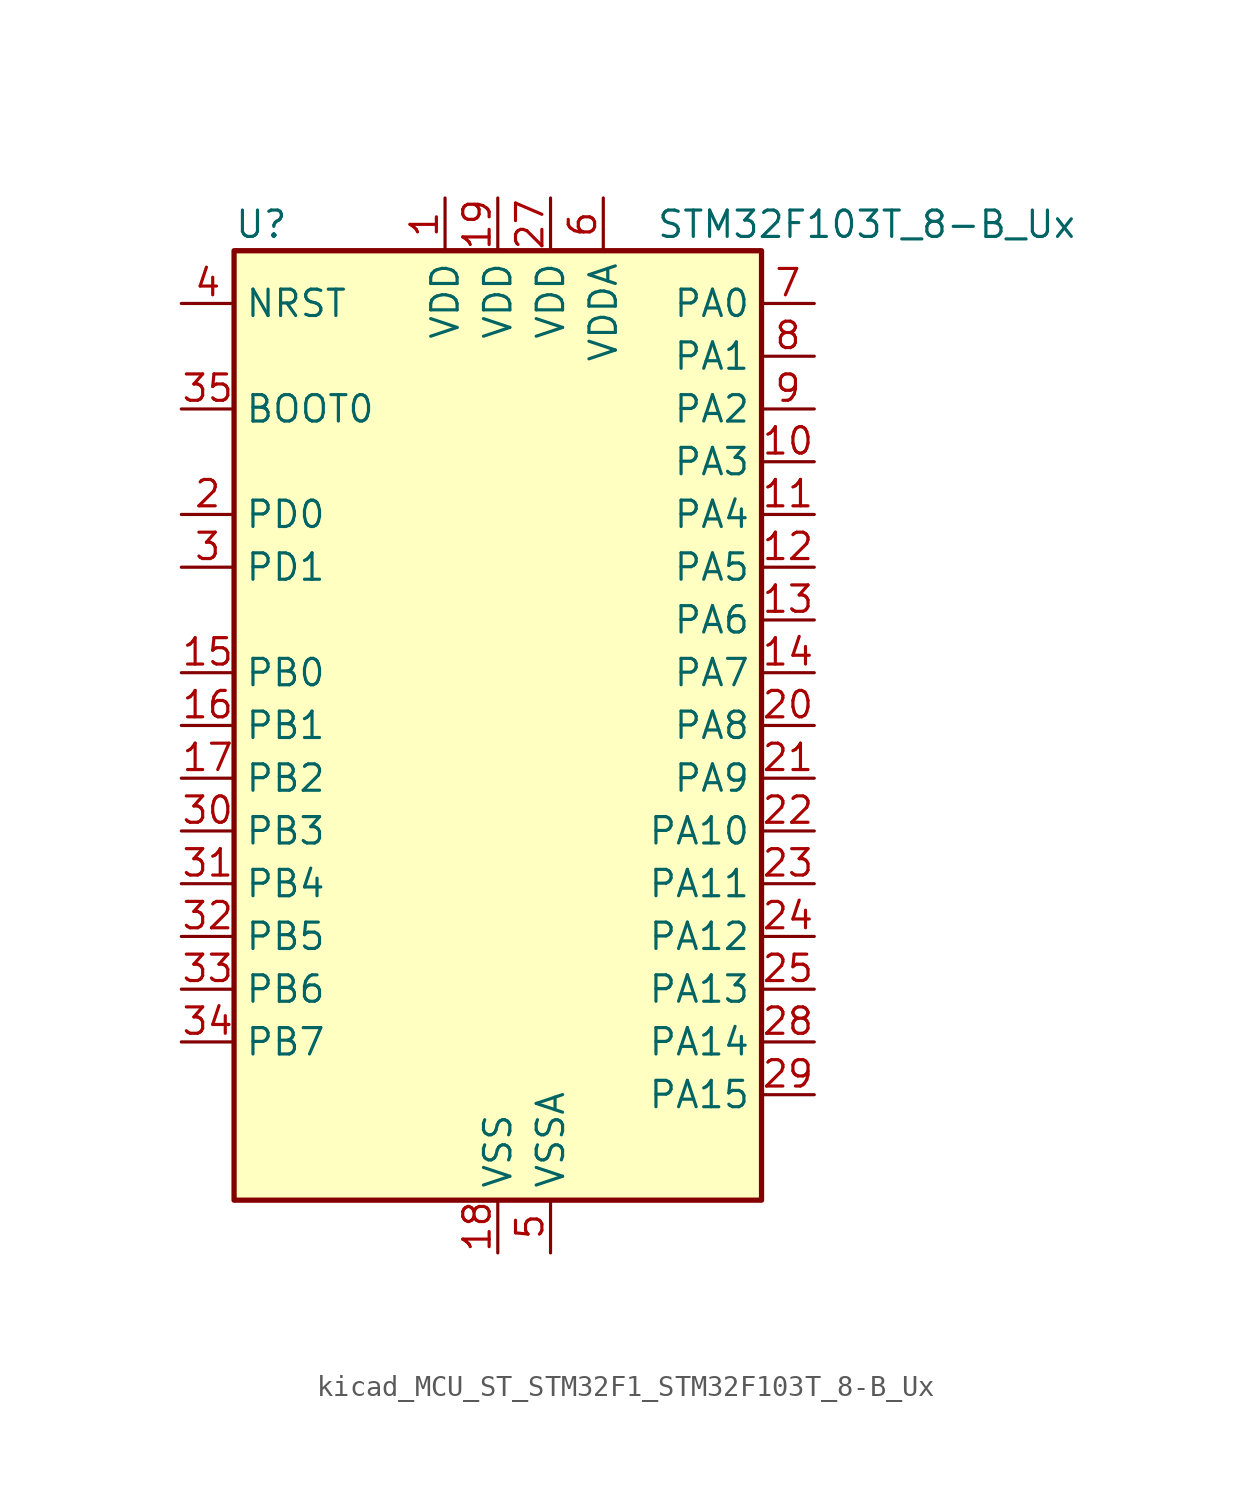
<source format=kicad_sym>
(kicad_symbol_lib
  (version 20220914)
  (generator kicad_symbol_editor)
  (symbol "kicad_MCU_ST_STM32F1_STM32F103T_8-B_Ux"
    (property "Reference" "U"
      (at -12.7 24.13 0)
      (effects (font (size 1.27 1.27)) (justify left)))
    (property "Value" "STM32F103T_8-B_Ux"
      (at 7.62 24.13 0)
      (effects (font (size 1.27 1.27)) (justify left)))
    (property "ki_locked" ""
      (at 0 0 0)
      (effects (font (size 1.27 1.27))))
    (symbol "kicad_MCU_ST_STM32F1_STM32F103T_8-B_Ux_0_1"
      (rectangle (start -12.7 -22.86) (end 12.7 22.86) (stroke (width 0.254) (type default)) (fill (type background))))
    (symbol "kicad_MCU_ST_STM32F1_STM32F103T_8-B_Ux_1_1"
      (pin power_in line (at -2.54 25.4 270) (length 2.54) (name "VDD" (effects (font (size 1.27 1.27)))) (number "1" (effects (font (size 1.27 1.27)))))
      (pin bidirectional line (at 15.24 12.7 180) (length 2.54) (name "PA3" (effects (font (size 1.27 1.27)))) (number "10" (effects (font (size 1.27 1.27)))) (alternate "ADC1_IN3" bidirectional line) (alternate "ADC2_IN3" bidirectional line) (alternate "TIM2_CH4" bidirectional line) (alternate "USART2_RX" bidirectional line))
      (pin bidirectional line (at 15.24 10.16 180) (length 2.54) (name "PA4" (effects (font (size 1.27 1.27)))) (number "11" (effects (font (size 1.27 1.27)))) (alternate "ADC1_IN4" bidirectional line) (alternate "ADC2_IN4" bidirectional line) (alternate "SPI1_NSS" bidirectional line) (alternate "USART2_CK" bidirectional line))
      (pin bidirectional line (at 15.24 7.62 180) (length 2.54) (name "PA5" (effects (font (size 1.27 1.27)))) (number "12" (effects (font (size 1.27 1.27)))) (alternate "ADC1_IN5" bidirectional line) (alternate "ADC2_IN5" bidirectional line) (alternate "SPI1_SCK" bidirectional line))
      (pin bidirectional line (at 15.24 5.08 180) (length 2.54) (name "PA6" (effects (font (size 1.27 1.27)))) (number "13" (effects (font (size 1.27 1.27)))) (alternate "ADC1_IN6" bidirectional line) (alternate "ADC2_IN6" bidirectional line) (alternate "SPI1_MISO" bidirectional line) (alternate "TIM1_BKIN" bidirectional line) (alternate "TIM3_CH1" bidirectional line))
      (pin bidirectional line (at 15.24 2.54 180) (length 2.54) (name "PA7" (effects (font (size 1.27 1.27)))) (number "14" (effects (font (size 1.27 1.27)))) (alternate "ADC1_IN7" bidirectional line) (alternate "ADC2_IN7" bidirectional line) (alternate "SPI1_MOSI" bidirectional line) (alternate "TIM1_CH1N" bidirectional line) (alternate "TIM3_CH2" bidirectional line))
      (pin bidirectional line (at -15.24 2.54 0) (length 2.54) (name "PB0" (effects (font (size 1.27 1.27)))) (number "15" (effects (font (size 1.27 1.27)))) (alternate "ADC1_IN8" bidirectional line) (alternate "ADC2_IN8" bidirectional line) (alternate "TIM1_CH2N" bidirectional line) (alternate "TIM3_CH3" bidirectional line))
      (pin bidirectional line (at -15.24 0 0) (length 2.54) (name "PB1" (effects (font (size 1.27 1.27)))) (number "16" (effects (font (size 1.27 1.27)))) (alternate "ADC1_IN9" bidirectional line) (alternate "ADC2_IN9" bidirectional line) (alternate "TIM1_CH3N" bidirectional line) (alternate "TIM3_CH4" bidirectional line))
      (pin bidirectional line (at -15.24 -2.54 0) (length 2.54) (name "PB2" (effects (font (size 1.27 1.27)))) (number "17" (effects (font (size 1.27 1.27)))))
      (pin power_in line (at 0 -25.4 90) (length 2.54) (name "VSS" (effects (font (size 1.27 1.27)))) (number "18" (effects (font (size 1.27 1.27)))))
      (pin power_in line (at 0 25.4 270) (length 2.54) (name "VDD" (effects (font (size 1.27 1.27)))) (number "19" (effects (font (size 1.27 1.27)))))
      (pin bidirectional line (at -15.24 10.16 0) (length 2.54) (name "PD0" (effects (font (size 1.27 1.27)))) (number "2" (effects (font (size 1.27 1.27)))) (alternate "RCC_OSC_IN" bidirectional line))
      (pin bidirectional line (at 15.24 0 180) (length 2.54) (name "PA8" (effects (font (size 1.27 1.27)))) (number "20" (effects (font (size 1.27 1.27)))) (alternate "RCC_MCO" bidirectional line) (alternate "TIM1_CH1" bidirectional line) (alternate "USART1_CK" bidirectional line))
      (pin bidirectional line (at 15.24 -2.54 180) (length 2.54) (name "PA9" (effects (font (size 1.27 1.27)))) (number "21" (effects (font (size 1.27 1.27)))) (alternate "TIM1_CH2" bidirectional line) (alternate "USART1_TX" bidirectional line))
      (pin bidirectional line (at 15.24 -5.08 180) (length 2.54) (name "PA10" (effects (font (size 1.27 1.27)))) (number "22" (effects (font (size 1.27 1.27)))) (alternate "TIM1_CH3" bidirectional line) (alternate "USART1_RX" bidirectional line))
      (pin bidirectional line (at 15.24 -7.62 180) (length 2.54) (name "PA11" (effects (font (size 1.27 1.27)))) (number "23" (effects (font (size 1.27 1.27)))) (alternate "ADC1_EXTI11" bidirectional line) (alternate "ADC2_EXTI11" bidirectional line) (alternate "CAN_RX" bidirectional line) (alternate "TIM1_CH4" bidirectional line) (alternate "USART1_CTS" bidirectional line) (alternate "USB_DM" bidirectional line))
      (pin bidirectional line (at 15.24 -10.16 180) (length 2.54) (name "PA12" (effects (font (size 1.27 1.27)))) (number "24" (effects (font (size 1.27 1.27)))) (alternate "CAN_TX" bidirectional line) (alternate "TIM1_ETR" bidirectional line) (alternate "USART1_RTS" bidirectional line) (alternate "USB_DP" bidirectional line))
      (pin bidirectional line (at 15.24 -12.7 180) (length 2.54) (name "PA13" (effects (font (size 1.27 1.27)))) (number "25" (effects (font (size 1.27 1.27)))) (alternate "SYS_JTMS-SWDIO" bidirectional line))
      (pin passive line (at 0 -25.4 90) (length 2.54) hide (name "VSS" (effects (font (size 1.27 1.27)))) (number "26" (effects (font (size 1.27 1.27)))))
      (pin power_in line (at 2.54 25.4 270) (length 2.54) (name "VDD" (effects (font (size 1.27 1.27)))) (number "27" (effects (font (size 1.27 1.27)))))
      (pin bidirectional line (at 15.24 -15.24 180) (length 2.54) (name "PA14" (effects (font (size 1.27 1.27)))) (number "28" (effects (font (size 1.27 1.27)))) (alternate "SYS_JTCK-SWCLK" bidirectional line))
      (pin bidirectional line (at 15.24 -17.78 180) (length 2.54) (name "PA15" (effects (font (size 1.27 1.27)))) (number "29" (effects (font (size 1.27 1.27)))) (alternate "ADC1_EXTI15" bidirectional line) (alternate "ADC2_EXTI15" bidirectional line) (alternate "SPI1_NSS" bidirectional line) (alternate "SYS_JTDI" bidirectional line) (alternate "TIM2_CH1" bidirectional line) (alternate "TIM2_ETR" bidirectional line))
      (pin bidirectional line (at -15.24 7.62 0) (length 2.54) (name "PD1" (effects (font (size 1.27 1.27)))) (number "3" (effects (font (size 1.27 1.27)))) (alternate "RCC_OSC_OUT" bidirectional line))
      (pin bidirectional line (at -15.24 -5.08 0) (length 2.54) (name "PB3" (effects (font (size 1.27 1.27)))) (number "30" (effects (font (size 1.27 1.27)))) (alternate "SPI1_SCK" bidirectional line) (alternate "SYS_JTDO-TRACESWO" bidirectional line) (alternate "TIM2_CH2" bidirectional line))
      (pin bidirectional line (at -15.24 -7.62 0) (length 2.54) (name "PB4" (effects (font (size 1.27 1.27)))) (number "31" (effects (font (size 1.27 1.27)))) (alternate "SPI1_MISO" bidirectional line) (alternate "SYS_NJTRST" bidirectional line) (alternate "TIM3_CH1" bidirectional line))
      (pin bidirectional line (at -15.24 -10.16 0) (length 2.54) (name "PB5" (effects (font (size 1.27 1.27)))) (number "32" (effects (font (size 1.27 1.27)))) (alternate "I2C1_SMBA" bidirectional line) (alternate "SPI1_MOSI" bidirectional line) (alternate "TIM3_CH2" bidirectional line))
      (pin bidirectional line (at -15.24 -12.7 0) (length 2.54) (name "PB6" (effects (font (size 1.27 1.27)))) (number "33" (effects (font (size 1.27 1.27)))) (alternate "I2C1_SCL" bidirectional line) (alternate "TIM4_CH1" bidirectional line) (alternate "USART1_TX" bidirectional line))
      (pin bidirectional line (at -15.24 -15.24 0) (length 2.54) (name "PB7" (effects (font (size 1.27 1.27)))) (number "34" (effects (font (size 1.27 1.27)))) (alternate "I2C1_SDA" bidirectional line) (alternate "TIM4_CH2" bidirectional line) (alternate "USART1_RX" bidirectional line))
      (pin input line (at -15.24 15.24 0) (length 2.54) (name "BOOT0" (effects (font (size 1.27 1.27)))) (number "35" (effects (font (size 1.27 1.27)))))
      (pin passive line (at 0 -25.4 90) (length 2.54) hide (name "VSS" (effects (font (size 1.27 1.27)))) (number "36" (effects (font (size 1.27 1.27)))))
      (pin passive line (at 0 -25.4 90) (length 2.54) hide (name "VSS" (effects (font (size 1.27 1.27)))) (number "37" (effects (font (size 1.27 1.27)))))
      (pin input line (at -15.24 20.32 0) (length 2.54) (name "NRST" (effects (font (size 1.27 1.27)))) (number "4" (effects (font (size 1.27 1.27)))))
      (pin power_in line (at 2.54 -25.4 90) (length 2.54) (name "VSSA" (effects (font (size 1.27 1.27)))) (number "5" (effects (font (size 1.27 1.27)))))
      (pin power_in line (at 5.08 25.4 270) (length 2.54) (name "VDDA" (effects (font (size 1.27 1.27)))) (number "6" (effects (font (size 1.27 1.27)))))
      (pin bidirectional line (at 15.24 20.32 180) (length 2.54) (name "PA0" (effects (font (size 1.27 1.27)))) (number "7" (effects (font (size 1.27 1.27)))) (alternate "ADC1_IN0" bidirectional line) (alternate "ADC2_IN0" bidirectional line) (alternate "SYS_WKUP" bidirectional line) (alternate "TIM2_CH1" bidirectional line) (alternate "TIM2_ETR" bidirectional line) (alternate "USART2_CTS" bidirectional line))
      (pin bidirectional line (at 15.24 17.78 180) (length 2.54) (name "PA1" (effects (font (size 1.27 1.27)))) (number "8" (effects (font (size 1.27 1.27)))) (alternate "ADC1_IN1" bidirectional line) (alternate "ADC2_IN1" bidirectional line) (alternate "TIM2_CH2" bidirectional line) (alternate "USART2_RTS" bidirectional line))
      (pin bidirectional line (at 15.24 15.24 180) (length 2.54) (name "PA2" (effects (font (size 1.27 1.27)))) (number "9" (effects (font (size 1.27 1.27)))) (alternate "ADC1_IN2" bidirectional line) (alternate "ADC2_IN2" bidirectional line) (alternate "TIM2_CH3" bidirectional line) (alternate "USART2_TX" bidirectional line)))))
</source>
